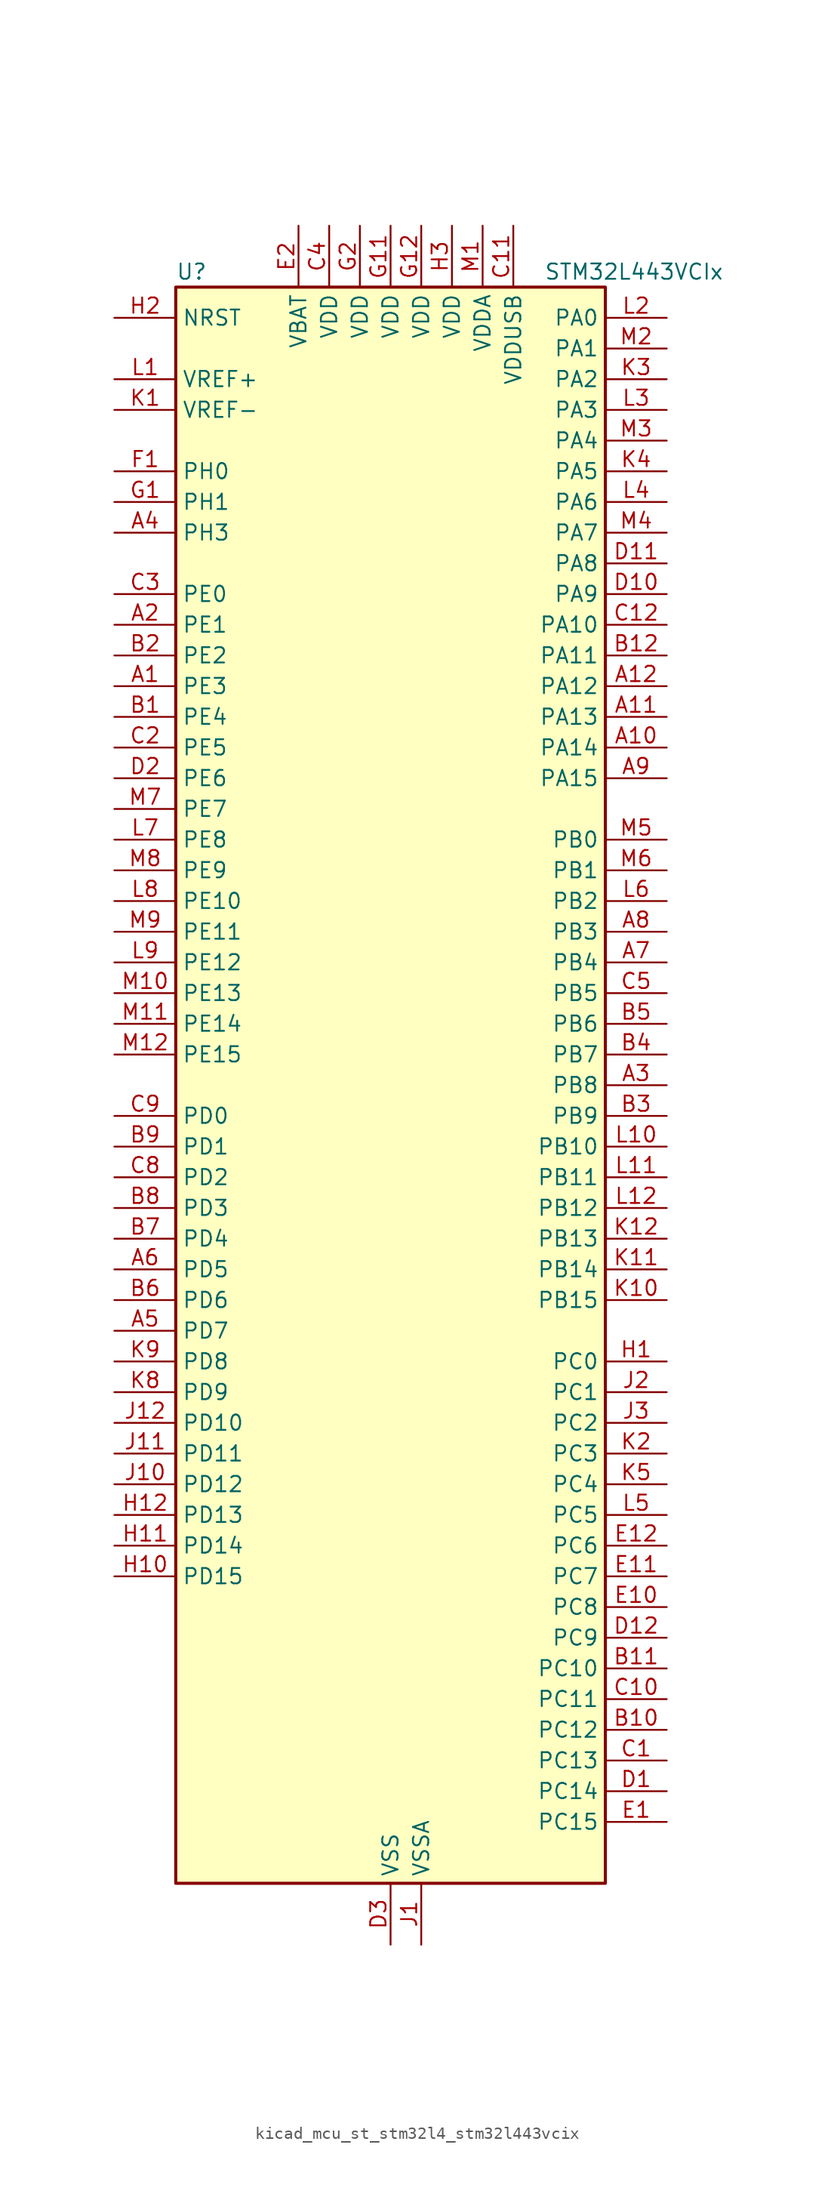
<source format=kicad_sym>
(kicad_symbol_lib
  (version 20220914)
  (generator kicad_symbol_editor)
  (symbol "kicad_mcu_st_stm32l4_stm32l443vcix"
    (property "Reference" "U"
      (at -17.78 67.31 0)
      (effects (font (size 1.27 1.27)) (justify left)))
    (property "Value" "STM32L443VCIx"
      (at 12.7 67.31 0)
      (effects (font (size 1.27 1.27)) (justify left)))
    (property "ki_locked" ""
      (at 0 0 0)
      (effects (font (size 1.27 1.27))))
    (symbol "kicad_mcu_st_stm32l4_stm32l443vcix_0_1"
      (rectangle (start -17.78 -66.04) (end 17.78 66.04) (stroke (width 0.254) (type default)) (fill (type background))))
    (symbol "kicad_mcu_st_stm32l4_stm32l443vcix_1_1"
      (pin bidirectional line (at -22.86 33.02 0) (length 5.08) (name "PE3" (effects (font (size 1.27 1.27)))) (number "A1" (effects (font (size 1.27 1.27)))) (alternate "LCD_SEG39" bidirectional line) (alternate "SAI1_SD_B" bidirectional line) (alternate "SYS_TRACED0" bidirectional line) (alternate "TSC_G7_IO2" bidirectional line))
      (pin bidirectional line (at 22.86 27.94 180) (length 5.08) (name "PA14" (effects (font (size 1.27 1.27)))) (number "A10" (effects (font (size 1.27 1.27)))) (alternate "I2C1_SMBA" bidirectional line) (alternate "LPTIM1_OUT" bidirectional line) (alternate "SAI1_FS_B" bidirectional line) (alternate "SWPMI1_RX" bidirectional line) (alternate "SYS_JTCK-SWCLK" bidirectional line))
      (pin bidirectional line (at 22.86 30.48 180) (length 5.08) (name "PA13" (effects (font (size 1.27 1.27)))) (number "A11" (effects (font (size 1.27 1.27)))) (alternate "IR_OUT" bidirectional line) (alternate "SAI1_SD_B" bidirectional line) (alternate "SWPMI1_TX" bidirectional line) (alternate "SYS_JTMS-SWDIO" bidirectional line) (alternate "USB_NOE" bidirectional line))
      (pin bidirectional line (at 22.86 33.02 180) (length 5.08) (name "PA12" (effects (font (size 1.27 1.27)))) (number "A12" (effects (font (size 1.27 1.27)))) (alternate "CAN1_TX" bidirectional line) (alternate "SPI1_MOSI" bidirectional line) (alternate "TIM1_ETR" bidirectional line) (alternate "USART1_DE" bidirectional line) (alternate "USART1_RTS" bidirectional line) (alternate "USB_DP" bidirectional line))
      (pin bidirectional line (at -22.86 38.1 0) (length 5.08) (name "PE1" (effects (font (size 1.27 1.27)))) (number "A2" (effects (font (size 1.27 1.27)))) (alternate "LCD_SEG37" bidirectional line))
      (pin bidirectional line (at 22.86 0 180) (length 5.08) (name "PB8" (effects (font (size 1.27 1.27)))) (number "A3" (effects (font (size 1.27 1.27)))) (alternate "CAN1_RX" bidirectional line) (alternate "I2C1_SCL" bidirectional line) (alternate "LCD_SEG16" bidirectional line) (alternate "SAI1_MCLK_A" bidirectional line) (alternate "SDMMC1_D4" bidirectional line) (alternate "TIM16_CH1" bidirectional line))
      (pin bidirectional line (at -22.86 45.72 0) (length 5.08) (name "PH3" (effects (font (size 1.27 1.27)))) (number "A4" (effects (font (size 1.27 1.27)))))
      (pin bidirectional line (at -22.86 -20.32 0) (length 5.08) (name "PD7" (effects (font (size 1.27 1.27)))) (number "A5" (effects (font (size 1.27 1.27)))) (alternate "QUADSPI_BK2_IO3" bidirectional line) (alternate "USART2_CK" bidirectional line))
      (pin bidirectional line (at -22.86 -15.24 0) (length 5.08) (name "PD5" (effects (font (size 1.27 1.27)))) (number "A6" (effects (font (size 1.27 1.27)))) (alternate "QUADSPI_BK2_IO1" bidirectional line) (alternate "USART2_TX" bidirectional line))
      (pin bidirectional line (at 22.86 10.16 180) (length 5.08) (name "PB4" (effects (font (size 1.27 1.27)))) (number "A7" (effects (font (size 1.27 1.27)))) (alternate "COMP2_INP" bidirectional line) (alternate "I2C3_SDA" bidirectional line) (alternate "LCD_SEG8" bidirectional line) (alternate "SAI1_MCLK_B" bidirectional line) (alternate "SPI1_MISO" bidirectional line) (alternate "SPI3_MISO" bidirectional line) (alternate "SYS_JTRST" bidirectional line) (alternate "TSC_G2_IO1" bidirectional line) (alternate "USART1_CTS" bidirectional line))
      (pin bidirectional line (at 22.86 12.7 180) (length 5.08) (name "PB3" (effects (font (size 1.27 1.27)))) (number "A8" (effects (font (size 1.27 1.27)))) (alternate "COMP2_INM" bidirectional line) (alternate "LCD_SEG7" bidirectional line) (alternate "SAI1_SCK_B" bidirectional line) (alternate "SPI1_SCK" bidirectional line) (alternate "SPI3_SCK" bidirectional line) (alternate "SYS_JTDO-SWO" bidirectional line) (alternate "TIM2_CH2" bidirectional line) (alternate "USART1_DE" bidirectional line) (alternate "USART1_RTS" bidirectional line))
      (pin bidirectional line (at 22.86 25.4 180) (length 5.08) (name "PA15" (effects (font (size 1.27 1.27)))) (number "A9" (effects (font (size 1.27 1.27)))) (alternate "ADC1_EXTI15" bidirectional line) (alternate "LCD_SEG17" bidirectional line) (alternate "SPI1_NSS" bidirectional line) (alternate "SPI3_NSS" bidirectional line) (alternate "SWPMI1_SUSPEND" bidirectional line) (alternate "SYS_JTDI" bidirectional line) (alternate "TIM2_CH1" bidirectional line) (alternate "TIM2_ETR" bidirectional line) (alternate "TSC_G3_IO1" bidirectional line) (alternate "USART2_RX" bidirectional line) (alternate "USART3_DE" bidirectional line) (alternate "USART3_RTS" bidirectional line))
      (pin bidirectional line (at -22.86 30.48 0) (length 5.08) (name "PE4" (effects (font (size 1.27 1.27)))) (number "B1" (effects (font (size 1.27 1.27)))) (alternate "SAI1_FS_A" bidirectional line) (alternate "SYS_TRACED1" bidirectional line) (alternate "TSC_G7_IO3" bidirectional line))
      (pin bidirectional line (at 22.86 -53.34 180) (length 5.08) (name "PC12" (effects (font (size 1.27 1.27)))) (number "B10" (effects (font (size 1.27 1.27)))) (alternate "LCD_COM6" bidirectional line) (alternate "LCD_SEG30" bidirectional line) (alternate "LCD_SEG42" bidirectional line) (alternate "SDMMC1_CK" bidirectional line) (alternate "SPI3_MOSI" bidirectional line) (alternate "TSC_G3_IO4" bidirectional line) (alternate "USART3_CK" bidirectional line))
      (pin bidirectional line (at 22.86 -48.26 180) (length 5.08) (name "PC10" (effects (font (size 1.27 1.27)))) (number "B11" (effects (font (size 1.27 1.27)))) (alternate "LCD_COM4" bidirectional line) (alternate "LCD_SEG28" bidirectional line) (alternate "LCD_SEG40" bidirectional line) (alternate "SDMMC1_D2" bidirectional line) (alternate "SPI3_SCK" bidirectional line) (alternate "TSC_G3_IO2" bidirectional line) (alternate "USART3_TX" bidirectional line))
      (pin bidirectional line (at 22.86 35.56 180) (length 5.08) (name "PA11" (effects (font (size 1.27 1.27)))) (number "B12" (effects (font (size 1.27 1.27)))) (alternate "ADC1_EXTI11" bidirectional line) (alternate "CAN1_RX" bidirectional line) (alternate "COMP1_OUT" bidirectional line) (alternate "SPI1_MISO" bidirectional line) (alternate "TIM1_BKIN2" bidirectional line) (alternate "TIM1_BKIN2_COMP1" bidirectional line) (alternate "TIM1_CH4" bidirectional line) (alternate "USART1_CTS" bidirectional line) (alternate "USB_DM" bidirectional line))
      (pin bidirectional line (at -22.86 35.56 0) (length 5.08) (name "PE2" (effects (font (size 1.27 1.27)))) (number "B2" (effects (font (size 1.27 1.27)))) (alternate "LCD_SEG38" bidirectional line) (alternate "SAI1_MCLK_A" bidirectional line) (alternate "SYS_TRACECLK" bidirectional line) (alternate "TSC_G7_IO1" bidirectional line))
      (pin bidirectional line (at 22.86 -2.54 180) (length 5.08) (name "PB9" (effects (font (size 1.27 1.27)))) (number "B3" (effects (font (size 1.27 1.27)))) (alternate "CAN1_TX" bidirectional line) (alternate "DAC1_EXTI9" bidirectional line) (alternate "I2C1_SDA" bidirectional line) (alternate "IR_OUT" bidirectional line) (alternate "LCD_COM3" bidirectional line) (alternate "SAI1_FS_A" bidirectional line) (alternate "SDMMC1_D5" bidirectional line) (alternate "SPI2_NSS" bidirectional line))
      (pin bidirectional line (at 22.86 2.54 180) (length 5.08) (name "PB7" (effects (font (size 1.27 1.27)))) (number "B4" (effects (font (size 1.27 1.27)))) (alternate "COMP2_INM" bidirectional line) (alternate "I2C1_SDA" bidirectional line) (alternate "LCD_SEG21" bidirectional line) (alternate "LPTIM1_IN2" bidirectional line) (alternate "SYS_PVD_IN" bidirectional line) (alternate "TSC_G2_IO4" bidirectional line) (alternate "USART1_RX" bidirectional line))
      (pin bidirectional line (at 22.86 5.08 180) (length 5.08) (name "PB6" (effects (font (size 1.27 1.27)))) (number "B5" (effects (font (size 1.27 1.27)))) (alternate "COMP2_INP" bidirectional line) (alternate "I2C1_SCL" bidirectional line) (alternate "LPTIM1_ETR" bidirectional line) (alternate "SAI1_FS_B" bidirectional line) (alternate "TIM16_CH1N" bidirectional line) (alternate "TSC_G2_IO3" bidirectional line) (alternate "USART1_TX" bidirectional line))
      (pin bidirectional line (at -22.86 -17.78 0) (length 5.08) (name "PD6" (effects (font (size 1.27 1.27)))) (number "B6" (effects (font (size 1.27 1.27)))) (alternate "QUADSPI_BK2_IO2" bidirectional line) (alternate "SAI1_SD_A" bidirectional line) (alternate "USART2_RX" bidirectional line))
      (pin bidirectional line (at -22.86 -12.7 0) (length 5.08) (name "PD4" (effects (font (size 1.27 1.27)))) (number "B7" (effects (font (size 1.27 1.27)))) (alternate "QUADSPI_BK2_IO0" bidirectional line) (alternate "SPI2_MOSI" bidirectional line) (alternate "USART2_DE" bidirectional line) (alternate "USART2_RTS" bidirectional line))
      (pin bidirectional line (at -22.86 -10.16 0) (length 5.08) (name "PD3" (effects (font (size 1.27 1.27)))) (number "B8" (effects (font (size 1.27 1.27)))) (alternate "QUADSPI_BK2_NCS" bidirectional line) (alternate "SPI2_MISO" bidirectional line) (alternate "USART2_CTS" bidirectional line))
      (pin bidirectional line (at -22.86 -5.08 0) (length 5.08) (name "PD1" (effects (font (size 1.27 1.27)))) (number "B9" (effects (font (size 1.27 1.27)))) (alternate "CAN1_TX" bidirectional line) (alternate "SPI2_SCK" bidirectional line))
      (pin bidirectional line (at 22.86 -55.88 180) (length 5.08) (name "PC13" (effects (font (size 1.27 1.27)))) (number "C1" (effects (font (size 1.27 1.27)))) (alternate "RTC_OUT_ALARM" bidirectional line) (alternate "RTC_OUT_CALIB" bidirectional line) (alternate "RTC_TAMP1" bidirectional line) (alternate "RTC_TS" bidirectional line) (alternate "SYS_WKUP2" bidirectional line))
      (pin bidirectional line (at 22.86 -50.8 180) (length 5.08) (name "PC11" (effects (font (size 1.27 1.27)))) (number "C10" (effects (font (size 1.27 1.27)))) (alternate "ADC1_EXTI11" bidirectional line) (alternate "LCD_COM5" bidirectional line) (alternate "LCD_SEG29" bidirectional line) (alternate "LCD_SEG41" bidirectional line) (alternate "SDMMC1_D3" bidirectional line) (alternate "SPI3_MISO" bidirectional line) (alternate "TSC_G3_IO3" bidirectional line) (alternate "USART3_RX" bidirectional line))
      (pin power_in line (at 10.16 71.12 270) (length 5.08) (name "VDDUSB" (effects (font (size 1.27 1.27)))) (number "C11" (effects (font (size 1.27 1.27)))))
      (pin bidirectional line (at 22.86 38.1 180) (length 5.08) (name "PA10" (effects (font (size 1.27 1.27)))) (number "C12" (effects (font (size 1.27 1.27)))) (alternate "CRS_SYNC" bidirectional line) (alternate "I2C1_SDA" bidirectional line) (alternate "LCD_COM2" bidirectional line) (alternate "SAI1_SD_A" bidirectional line) (alternate "TIM1_CH3" bidirectional line) (alternate "USART1_RX" bidirectional line))
      (pin bidirectional line (at -22.86 27.94 0) (length 5.08) (name "PE5" (effects (font (size 1.27 1.27)))) (number "C2" (effects (font (size 1.27 1.27)))) (alternate "SAI1_SCK_A" bidirectional line) (alternate "SYS_TRACED2" bidirectional line) (alternate "TSC_G7_IO4" bidirectional line))
      (pin bidirectional line (at -22.86 40.64 0) (length 5.08) (name "PE0" (effects (font (size 1.27 1.27)))) (number "C3" (effects (font (size 1.27 1.27)))) (alternate "LCD_SEG36" bidirectional line) (alternate "TIM16_CH1" bidirectional line))
      (pin power_in line (at -5.08 71.12 270) (length 5.08) (name "VDD" (effects (font (size 1.27 1.27)))) (number "C4" (effects (font (size 1.27 1.27)))))
      (pin bidirectional line (at 22.86 7.62 180) (length 5.08) (name "PB5" (effects (font (size 1.27 1.27)))) (number "C5" (effects (font (size 1.27 1.27)))) (alternate "COMP2_OUT" bidirectional line) (alternate "I2C1_SMBA" bidirectional line) (alternate "LCD_SEG9" bidirectional line) (alternate "LPTIM1_IN1" bidirectional line) (alternate "SAI1_SD_B" bidirectional line) (alternate "SPI1_MOSI" bidirectional line) (alternate "SPI3_MOSI" bidirectional line) (alternate "TIM16_BKIN" bidirectional line) (alternate "TSC_G2_IO2" bidirectional line) (alternate "USART1_CK" bidirectional line))
      (pin bidirectional line (at -22.86 -7.62 0) (length 5.08) (name "PD2" (effects (font (size 1.27 1.27)))) (number "C8" (effects (font (size 1.27 1.27)))) (alternate "LCD_COM7" bidirectional line) (alternate "LCD_SEG31" bidirectional line) (alternate "LCD_SEG43" bidirectional line) (alternate "SDMMC1_CMD" bidirectional line) (alternate "TSC_SYNC" bidirectional line) (alternate "USART3_DE" bidirectional line) (alternate "USART3_RTS" bidirectional line))
      (pin bidirectional line (at -22.86 -2.54 0) (length 5.08) (name "PD0" (effects (font (size 1.27 1.27)))) (number "C9" (effects (font (size 1.27 1.27)))) (alternate "CAN1_RX" bidirectional line) (alternate "SPI2_NSS" bidirectional line))
      (pin bidirectional line (at 22.86 -58.42 180) (length 5.08) (name "PC14" (effects (font (size 1.27 1.27)))) (number "D1" (effects (font (size 1.27 1.27)))) (alternate "RCC_OSC32_IN" bidirectional line))
      (pin bidirectional line (at 22.86 40.64 180) (length 5.08) (name "PA9" (effects (font (size 1.27 1.27)))) (number "D10" (effects (font (size 1.27 1.27)))) (alternate "DAC1_EXTI9" bidirectional line) (alternate "I2C1_SCL" bidirectional line) (alternate "LCD_COM1" bidirectional line) (alternate "SAI1_FS_A" bidirectional line) (alternate "TIM15_BKIN" bidirectional line) (alternate "TIM1_CH2" bidirectional line) (alternate "USART1_TX" bidirectional line))
      (pin bidirectional line (at 22.86 43.18 180) (length 5.08) (name "PA8" (effects (font (size 1.27 1.27)))) (number "D11" (effects (font (size 1.27 1.27)))) (alternate "LCD_COM0" bidirectional line) (alternate "LPTIM2_OUT" bidirectional line) (alternate "RCC_MCO" bidirectional line) (alternate "SAI1_SCK_A" bidirectional line) (alternate "SWPMI1_IO" bidirectional line) (alternate "TIM1_CH1" bidirectional line) (alternate "USART1_CK" bidirectional line))
      (pin bidirectional line (at 22.86 -45.72 180) (length 5.08) (name "PC9" (effects (font (size 1.27 1.27)))) (number "D12" (effects (font (size 1.27 1.27)))) (alternate "DAC1_EXTI9" bidirectional line) (alternate "LCD_SEG27" bidirectional line) (alternate "SDMMC1_D1" bidirectional line) (alternate "TSC_G4_IO4" bidirectional line) (alternate "USB_NOE" bidirectional line))
      (pin bidirectional line (at -22.86 25.4 0) (length 5.08) (name "PE6" (effects (font (size 1.27 1.27)))) (number "D2" (effects (font (size 1.27 1.27)))) (alternate "RTC_TAMP3" bidirectional line) (alternate "SAI1_SD_A" bidirectional line) (alternate "SYS_TRACED3" bidirectional line) (alternate "SYS_WKUP3" bidirectional line))
      (pin power_in line (at 0 -71.12 90) (length 5.08) (name "VSS" (effects (font (size 1.27 1.27)))) (number "D3" (effects (font (size 1.27 1.27)))))
      (pin bidirectional line (at 22.86 -60.96 180) (length 5.08) (name "PC15" (effects (font (size 1.27 1.27)))) (number "E1" (effects (font (size 1.27 1.27)))) (alternate "ADC1_EXTI15" bidirectional line) (alternate "RCC_OSC32_OUT" bidirectional line))
      (pin bidirectional line (at 22.86 -43.18 180) (length 5.08) (name "PC8" (effects (font (size 1.27 1.27)))) (number "E10" (effects (font (size 1.27 1.27)))) (alternate "LCD_SEG26" bidirectional line) (alternate "SDMMC1_D0" bidirectional line) (alternate "TSC_G4_IO3" bidirectional line))
      (pin bidirectional line (at 22.86 -40.64 180) (length 5.08) (name "PC7" (effects (font (size 1.27 1.27)))) (number "E11" (effects (font (size 1.27 1.27)))) (alternate "LCD_SEG25" bidirectional line) (alternate "SDMMC1_D7" bidirectional line) (alternate "TSC_G4_IO2" bidirectional line))
      (pin bidirectional line (at 22.86 -38.1 180) (length 5.08) (name "PC6" (effects (font (size 1.27 1.27)))) (number "E12" (effects (font (size 1.27 1.27)))) (alternate "LCD_SEG24" bidirectional line) (alternate "SDMMC1_D6" bidirectional line) (alternate "TSC_G4_IO1" bidirectional line))
      (pin power_in line (at -7.62 71.12 270) (length 5.08) (name "VBAT" (effects (font (size 1.27 1.27)))) (number "E2" (effects (font (size 1.27 1.27)))))
      (pin passive line (at 0 -71.12 90) (length 5.08) hide (name "VSS" (effects (font (size 1.27 1.27)))) (number "E3" (effects (font (size 1.27 1.27)))))
      (pin bidirectional line (at -22.86 50.8 0) (length 5.08) (name "PH0" (effects (font (size 1.27 1.27)))) (number "F1" (effects (font (size 1.27 1.27)))) (alternate "RCC_OSC_IN" bidirectional line))
      (pin passive line (at 0 -71.12 90) (length 5.08) hide (name "VSS" (effects (font (size 1.27 1.27)))) (number "F11" (effects (font (size 1.27 1.27)))))
      (pin passive line (at 0 -71.12 90) (length 5.08) hide (name "VSS" (effects (font (size 1.27 1.27)))) (number "F12" (effects (font (size 1.27 1.27)))))
      (pin passive line (at 0 -71.12 90) (length 5.08) hide (name "VSS" (effects (font (size 1.27 1.27)))) (number "F2" (effects (font (size 1.27 1.27)))))
      (pin bidirectional line (at -22.86 48.26 0) (length 5.08) (name "PH1" (effects (font (size 1.27 1.27)))) (number "G1" (effects (font (size 1.27 1.27)))) (alternate "RCC_OSC_OUT" bidirectional line))
      (pin power_in line (at 0 71.12 270) (length 5.08) (name "VDD" (effects (font (size 1.27 1.27)))) (number "G11" (effects (font (size 1.27 1.27)))))
      (pin power_in line (at 2.54 71.12 270) (length 5.08) (name "VDD" (effects (font (size 1.27 1.27)))) (number "G12" (effects (font (size 1.27 1.27)))))
      (pin power_in line (at -2.54 71.12 270) (length 5.08) (name "VDD" (effects (font (size 1.27 1.27)))) (number "G2" (effects (font (size 1.27 1.27)))))
      (pin bidirectional line (at 22.86 -22.86 180) (length 5.08) (name "PC0" (effects (font (size 1.27 1.27)))) (number "H1" (effects (font (size 1.27 1.27)))) (alternate "ADC1_IN1" bidirectional line) (alternate "I2C3_SCL" bidirectional line) (alternate "LCD_SEG18" bidirectional line) (alternate "LPTIM1_IN1" bidirectional line) (alternate "LPTIM2_IN1" bidirectional line) (alternate "LPUART1_RX" bidirectional line))
      (pin bidirectional line (at -22.86 -40.64 0) (length 5.08) (name "PD15" (effects (font (size 1.27 1.27)))) (number "H10" (effects (font (size 1.27 1.27)))) (alternate "ADC1_EXTI15" bidirectional line) (alternate "LCD_SEG35" bidirectional line))
      (pin bidirectional line (at -22.86 -38.1 0) (length 5.08) (name "PD14" (effects (font (size 1.27 1.27)))) (number "H11" (effects (font (size 1.27 1.27)))) (alternate "LCD_SEG34" bidirectional line))
      (pin bidirectional line (at -22.86 -35.56 0) (length 5.08) (name "PD13" (effects (font (size 1.27 1.27)))) (number "H12" (effects (font (size 1.27 1.27)))) (alternate "LCD_SEG33" bidirectional line) (alternate "LPTIM2_OUT" bidirectional line) (alternate "TSC_G6_IO4" bidirectional line))
      (pin input line (at -22.86 63.5 0) (length 5.08) (name "NRST" (effects (font (size 1.27 1.27)))) (number "H2" (effects (font (size 1.27 1.27)))))
      (pin power_in line (at 5.08 71.12 270) (length 5.08) (name "VDD" (effects (font (size 1.27 1.27)))) (number "H3" (effects (font (size 1.27 1.27)))))
      (pin power_in line (at 2.54 -71.12 90) (length 5.08) (name "VSSA" (effects (font (size 1.27 1.27)))) (number "J1" (effects (font (size 1.27 1.27)))))
      (pin bidirectional line (at -22.86 -33.02 0) (length 5.08) (name "PD12" (effects (font (size 1.27 1.27)))) (number "J10" (effects (font (size 1.27 1.27)))) (alternate "LCD_SEG32" bidirectional line) (alternate "LPTIM2_IN1" bidirectional line) (alternate "TSC_G6_IO3" bidirectional line) (alternate "USART3_DE" bidirectional line) (alternate "USART3_RTS" bidirectional line))
      (pin bidirectional line (at -22.86 -30.48 0) (length 5.08) (name "PD11" (effects (font (size 1.27 1.27)))) (number "J11" (effects (font (size 1.27 1.27)))) (alternate "ADC1_EXTI11" bidirectional line) (alternate "LCD_SEG31" bidirectional line) (alternate "LPTIM2_ETR" bidirectional line) (alternate "TSC_G6_IO2" bidirectional line) (alternate "USART3_CTS" bidirectional line))
      (pin bidirectional line (at -22.86 -27.94 0) (length 5.08) (name "PD10" (effects (font (size 1.27 1.27)))) (number "J12" (effects (font (size 1.27 1.27)))) (alternate "LCD_SEG30" bidirectional line) (alternate "TSC_G6_IO1" bidirectional line) (alternate "USART3_CK" bidirectional line))
      (pin bidirectional line (at 22.86 -25.4 180) (length 5.08) (name "PC1" (effects (font (size 1.27 1.27)))) (number "J2" (effects (font (size 1.27 1.27)))) (alternate "ADC1_IN2" bidirectional line) (alternate "I2C3_SDA" bidirectional line) (alternate "LCD_SEG19" bidirectional line) (alternate "LPTIM1_OUT" bidirectional line) (alternate "LPUART1_TX" bidirectional line))
      (pin bidirectional line (at 22.86 -27.94 180) (length 5.08) (name "PC2" (effects (font (size 1.27 1.27)))) (number "J3" (effects (font (size 1.27 1.27)))) (alternate "ADC1_IN3" bidirectional line) (alternate "LCD_SEG20" bidirectional line) (alternate "LPTIM1_IN2" bidirectional line) (alternate "SPI2_MISO" bidirectional line))
      (pin input line (at -22.86 55.88 0) (length 5.08) (name "VREF-" (effects (font (size 1.27 1.27)))) (number "K1" (effects (font (size 1.27 1.27)))))
      (pin bidirectional line (at 22.86 -17.78 180) (length 5.08) (name "PB15" (effects (font (size 1.27 1.27)))) (number "K10" (effects (font (size 1.27 1.27)))) (alternate "ADC1_EXTI15" bidirectional line) (alternate "LCD_SEG15" bidirectional line) (alternate "RTC_REFIN" bidirectional line) (alternate "SAI1_SD_A" bidirectional line) (alternate "SPI2_MOSI" bidirectional line) (alternate "SWPMI1_SUSPEND" bidirectional line) (alternate "TIM15_CH2" bidirectional line) (alternate "TIM1_CH3N" bidirectional line) (alternate "TSC_G1_IO4" bidirectional line))
      (pin bidirectional line (at 22.86 -15.24 180) (length 5.08) (name "PB14" (effects (font (size 1.27 1.27)))) (number "K11" (effects (font (size 1.27 1.27)))) (alternate "I2C2_SDA" bidirectional line) (alternate "LCD_SEG14" bidirectional line) (alternate "SAI1_MCLK_A" bidirectional line) (alternate "SPI2_MISO" bidirectional line) (alternate "SWPMI1_RX" bidirectional line) (alternate "TIM15_CH1" bidirectional line) (alternate "TIM1_CH2N" bidirectional line) (alternate "TSC_G1_IO3" bidirectional line) (alternate "USART3_DE" bidirectional line) (alternate "USART3_RTS" bidirectional line))
      (pin bidirectional line (at 22.86 -12.7 180) (length 5.08) (name "PB13" (effects (font (size 1.27 1.27)))) (number "K12" (effects (font (size 1.27 1.27)))) (alternate "I2C2_SCL" bidirectional line) (alternate "LCD_SEG13" bidirectional line) (alternate "LPUART1_CTS" bidirectional line) (alternate "SAI1_SCK_A" bidirectional line) (alternate "SPI2_SCK" bidirectional line) (alternate "SWPMI1_TX" bidirectional line) (alternate "TIM15_CH1N" bidirectional line) (alternate "TIM1_CH1N" bidirectional line) (alternate "TSC_G1_IO2" bidirectional line) (alternate "USART3_CTS" bidirectional line))
      (pin bidirectional line (at 22.86 -30.48 180) (length 5.08) (name "PC3" (effects (font (size 1.27 1.27)))) (number "K2" (effects (font (size 1.27 1.27)))) (alternate "ADC1_IN4" bidirectional line) (alternate "LCD_VLCD" bidirectional line) (alternate "LPTIM1_ETR" bidirectional line) (alternate "LPTIM2_ETR" bidirectional line) (alternate "SAI1_SD_A" bidirectional line) (alternate "SPI2_MOSI" bidirectional line))
      (pin bidirectional line (at 22.86 58.42 180) (length 5.08) (name "PA2" (effects (font (size 1.27 1.27)))) (number "K3" (effects (font (size 1.27 1.27)))) (alternate "ADC1_IN7" bidirectional line) (alternate "COMP2_INM" bidirectional line) (alternate "COMP2_OUT" bidirectional line) (alternate "LCD_SEG1" bidirectional line) (alternate "LPUART1_TX" bidirectional line) (alternate "QUADSPI_BK1_NCS" bidirectional line) (alternate "RCC_LSCO" bidirectional line) (alternate "SYS_WKUP4" bidirectional line) (alternate "TIM15_CH1" bidirectional line) (alternate "TIM2_CH3" bidirectional line) (alternate "USART2_TX" bidirectional line))
      (pin bidirectional line (at 22.86 50.8 180) (length 5.08) (name "PA5" (effects (font (size 1.27 1.27)))) (number "K4" (effects (font (size 1.27 1.27)))) (alternate "ADC1_IN10" bidirectional line) (alternate "COMP1_INM" bidirectional line) (alternate "COMP2_INM" bidirectional line) (alternate "DAC1_OUT2" bidirectional line) (alternate "LPTIM2_ETR" bidirectional line) (alternate "SPI1_SCK" bidirectional line) (alternate "TIM2_CH1" bidirectional line) (alternate "TIM2_ETR" bidirectional line))
      (pin bidirectional line (at 22.86 -33.02 180) (length 5.08) (name "PC4" (effects (font (size 1.27 1.27)))) (number "K5" (effects (font (size 1.27 1.27)))) (alternate "ADC1_IN13" bidirectional line) (alternate "COMP1_INM" bidirectional line) (alternate "LCD_SEG22" bidirectional line) (alternate "USART3_TX" bidirectional line))
      (pin bidirectional line (at -22.86 -25.4 0) (length 5.08) (name "PD9" (effects (font (size 1.27 1.27)))) (number "K8" (effects (font (size 1.27 1.27)))) (alternate "DAC1_EXTI9" bidirectional line) (alternate "LCD_SEG29" bidirectional line) (alternate "USART3_RX" bidirectional line))
      (pin bidirectional line (at -22.86 -22.86 0) (length 5.08) (name "PD8" (effects (font (size 1.27 1.27)))) (number "K9" (effects (font (size 1.27 1.27)))) (alternate "LCD_SEG28" bidirectional line) (alternate "USART3_TX" bidirectional line))
      (pin input line (at -22.86 58.42 0) (length 5.08) (name "VREF+" (effects (font (size 1.27 1.27)))) (number "L1" (effects (font (size 1.27 1.27)))) (alternate "VREFBUF_OUT" bidirectional line))
      (pin bidirectional line (at 22.86 -5.08 180) (length 5.08) (name "PB10" (effects (font (size 1.27 1.27)))) (number "L10" (effects (font (size 1.27 1.27)))) (alternate "COMP1_OUT" bidirectional line) (alternate "I2C2_SCL" bidirectional line) (alternate "LCD_SEG10" bidirectional line) (alternate "LPUART1_RX" bidirectional line) (alternate "QUADSPI_CLK" bidirectional line) (alternate "SAI1_SCK_A" bidirectional line) (alternate "SPI2_SCK" bidirectional line) (alternate "TIM2_CH3" bidirectional line) (alternate "TSC_SYNC" bidirectional line) (alternate "USART3_TX" bidirectional line))
      (pin bidirectional line (at 22.86 -7.62 180) (length 5.08) (name "PB11" (effects (font (size 1.27 1.27)))) (number "L11" (effects (font (size 1.27 1.27)))) (alternate "ADC1_EXTI11" bidirectional line) (alternate "COMP2_OUT" bidirectional line) (alternate "I2C2_SDA" bidirectional line) (alternate "LCD_SEG11" bidirectional line) (alternate "LPUART1_TX" bidirectional line) (alternate "QUADSPI_BK1_NCS" bidirectional line) (alternate "TIM2_CH4" bidirectional line) (alternate "USART3_RX" bidirectional line))
      (pin bidirectional line (at 22.86 -10.16 180) (length 5.08) (name "PB12" (effects (font (size 1.27 1.27)))) (number "L12" (effects (font (size 1.27 1.27)))) (alternate "I2C2_SMBA" bidirectional line) (alternate "LCD_SEG12" bidirectional line) (alternate "LPUART1_DE" bidirectional line) (alternate "LPUART1_RTS" bidirectional line) (alternate "SAI1_FS_A" bidirectional line) (alternate "SPI2_NSS" bidirectional line) (alternate "SWPMI1_IO" bidirectional line) (alternate "TIM15_BKIN" bidirectional line) (alternate "TIM1_BKIN" bidirectional line) (alternate "TIM1_BKIN_COMP2" bidirectional line) (alternate "TSC_G1_IO1" bidirectional line) (alternate "USART3_CK" bidirectional line))
      (pin bidirectional line (at 22.86 63.5 180) (length 5.08) (name "PA0" (effects (font (size 1.27 1.27)))) (number "L2" (effects (font (size 1.27 1.27)))) (alternate "ADC1_IN5" bidirectional line) (alternate "COMP1_INM" bidirectional line) (alternate "COMP1_OUT" bidirectional line) (alternate "OPAMP1_VINP" bidirectional line) (alternate "RTC_TAMP2" bidirectional line) (alternate "SAI1_EXTCLK" bidirectional line) (alternate "SYS_WKUP1" bidirectional line) (alternate "TIM2_CH1" bidirectional line) (alternate "TIM2_ETR" bidirectional line) (alternate "USART2_CTS" bidirectional line))
      (pin bidirectional line (at 22.86 55.88 180) (length 5.08) (name "PA3" (effects (font (size 1.27 1.27)))) (number "L3" (effects (font (size 1.27 1.27)))) (alternate "ADC1_IN8" bidirectional line) (alternate "COMP2_INP" bidirectional line) (alternate "LCD_SEG2" bidirectional line) (alternate "LPUART1_RX" bidirectional line) (alternate "OPAMP1_VOUT" bidirectional line) (alternate "QUADSPI_CLK" bidirectional line) (alternate "SAI1_MCLK_A" bidirectional line) (alternate "TIM15_CH2" bidirectional line) (alternate "TIM2_CH4" bidirectional line) (alternate "USART2_RX" bidirectional line))
      (pin bidirectional line (at 22.86 48.26 180) (length 5.08) (name "PA6" (effects (font (size 1.27 1.27)))) (number "L4" (effects (font (size 1.27 1.27)))) (alternate "ADC1_IN11" bidirectional line) (alternate "COMP1_OUT" bidirectional line) (alternate "LCD_SEG3" bidirectional line) (alternate "LPUART1_CTS" bidirectional line) (alternate "QUADSPI_BK1_IO3" bidirectional line) (alternate "SPI1_MISO" bidirectional line) (alternate "TIM16_CH1" bidirectional line) (alternate "TIM1_BKIN" bidirectional line) (alternate "TIM1_BKIN_COMP2" bidirectional line) (alternate "USART3_CTS" bidirectional line))
      (pin bidirectional line (at 22.86 -35.56 180) (length 5.08) (name "PC5" (effects (font (size 1.27 1.27)))) (number "L5" (effects (font (size 1.27 1.27)))) (alternate "ADC1_IN14" bidirectional line) (alternate "COMP1_INP" bidirectional line) (alternate "LCD_SEG23" bidirectional line) (alternate "SYS_WKUP5" bidirectional line) (alternate "USART3_RX" bidirectional line))
      (pin bidirectional line (at 22.86 15.24 180) (length 5.08) (name "PB2" (effects (font (size 1.27 1.27)))) (number "L6" (effects (font (size 1.27 1.27)))) (alternate "COMP1_INP" bidirectional line) (alternate "I2C3_SMBA" bidirectional line) (alternate "LCD_VLCD" bidirectional line) (alternate "LPTIM1_OUT" bidirectional line) (alternate "RTC_OUT_ALARM" bidirectional line) (alternate "RTC_OUT_CALIB" bidirectional line))
      (pin bidirectional line (at -22.86 20.32 0) (length 5.08) (name "PE8" (effects (font (size 1.27 1.27)))) (number "L7" (effects (font (size 1.27 1.27)))) (alternate "SAI1_SCK_B" bidirectional line) (alternate "TIM1_CH1N" bidirectional line))
      (pin bidirectional line (at -22.86 15.24 0) (length 5.08) (name "PE10" (effects (font (size 1.27 1.27)))) (number "L8" (effects (font (size 1.27 1.27)))) (alternate "QUADSPI_CLK" bidirectional line) (alternate "SAI1_MCLK_B" bidirectional line) (alternate "TIM1_CH2N" bidirectional line) (alternate "TSC_G5_IO1" bidirectional line))
      (pin bidirectional line (at -22.86 10.16 0) (length 5.08) (name "PE12" (effects (font (size 1.27 1.27)))) (number "L9" (effects (font (size 1.27 1.27)))) (alternate "QUADSPI_BK1_IO0" bidirectional line) (alternate "SPI1_NSS" bidirectional line) (alternate "TIM1_CH3N" bidirectional line) (alternate "TSC_G5_IO3" bidirectional line))
      (pin power_in line (at 7.62 71.12 270) (length 5.08) (name "VDDA" (effects (font (size 1.27 1.27)))) (number "M1" (effects (font (size 1.27 1.27)))))
      (pin bidirectional line (at -22.86 7.62 0) (length 5.08) (name "PE13" (effects (font (size 1.27 1.27)))) (number "M10" (effects (font (size 1.27 1.27)))) (alternate "QUADSPI_BK1_IO1" bidirectional line) (alternate "SPI1_SCK" bidirectional line) (alternate "TIM1_CH3" bidirectional line) (alternate "TSC_G5_IO4" bidirectional line))
      (pin bidirectional line (at -22.86 5.08 0) (length 5.08) (name "PE14" (effects (font (size 1.27 1.27)))) (number "M11" (effects (font (size 1.27 1.27)))) (alternate "QUADSPI_BK1_IO2" bidirectional line) (alternate "SPI1_MISO" bidirectional line) (alternate "TIM1_BKIN2" bidirectional line) (alternate "TIM1_BKIN2_COMP2" bidirectional line) (alternate "TIM1_CH4" bidirectional line))
      (pin bidirectional line (at -22.86 2.54 0) (length 5.08) (name "PE15" (effects (font (size 1.27 1.27)))) (number "M12" (effects (font (size 1.27 1.27)))) (alternate "ADC1_EXTI15" bidirectional line) (alternate "QUADSPI_BK1_IO3" bidirectional line) (alternate "SPI1_MOSI" bidirectional line) (alternate "TIM1_BKIN" bidirectional line) (alternate "TIM1_BKIN_COMP1" bidirectional line))
      (pin bidirectional line (at 22.86 60.96 180) (length 5.08) (name "PA1" (effects (font (size 1.27 1.27)))) (number "M2" (effects (font (size 1.27 1.27)))) (alternate "ADC1_IN6" bidirectional line) (alternate "COMP1_INP" bidirectional line) (alternate "I2C1_SMBA" bidirectional line) (alternate "LCD_SEG0" bidirectional line) (alternate "OPAMP1_VINM" bidirectional line) (alternate "SPI1_SCK" bidirectional line) (alternate "TIM15_CH1N" bidirectional line) (alternate "TIM2_CH2" bidirectional line) (alternate "USART2_DE" bidirectional line) (alternate "USART2_RTS" bidirectional line))
      (pin bidirectional line (at 22.86 53.34 180) (length 5.08) (name "PA4" (effects (font (size 1.27 1.27)))) (number "M3" (effects (font (size 1.27 1.27)))) (alternate "ADC1_IN9" bidirectional line) (alternate "COMP1_INM" bidirectional line) (alternate "COMP2_INM" bidirectional line) (alternate "DAC1_OUT1" bidirectional line) (alternate "LPTIM2_OUT" bidirectional line) (alternate "SAI1_FS_B" bidirectional line) (alternate "SPI1_NSS" bidirectional line) (alternate "SPI3_NSS" bidirectional line) (alternate "USART2_CK" bidirectional line))
      (pin bidirectional line (at 22.86 45.72 180) (length 5.08) (name "PA7" (effects (font (size 1.27 1.27)))) (number "M4" (effects (font (size 1.27 1.27)))) (alternate "ADC1_IN12" bidirectional line) (alternate "COMP2_OUT" bidirectional line) (alternate "I2C3_SCL" bidirectional line) (alternate "LCD_SEG4" bidirectional line) (alternate "QUADSPI_BK1_IO2" bidirectional line) (alternate "SPI1_MOSI" bidirectional line) (alternate "TIM1_CH1N" bidirectional line))
      (pin bidirectional line (at 22.86 20.32 180) (length 5.08) (name "PB0" (effects (font (size 1.27 1.27)))) (number "M5" (effects (font (size 1.27 1.27)))) (alternate "ADC1_IN15" bidirectional line) (alternate "COMP1_OUT" bidirectional line) (alternate "LCD_SEG5" bidirectional line) (alternate "QUADSPI_BK1_IO1" bidirectional line) (alternate "SAI1_EXTCLK" bidirectional line) (alternate "SPI1_NSS" bidirectional line) (alternate "TIM1_CH2N" bidirectional line) (alternate "USART3_CK" bidirectional line))
      (pin bidirectional line (at 22.86 17.78 180) (length 5.08) (name "PB1" (effects (font (size 1.27 1.27)))) (number "M6" (effects (font (size 1.27 1.27)))) (alternate "ADC1_IN16" bidirectional line) (alternate "COMP1_INM" bidirectional line) (alternate "LCD_SEG6" bidirectional line) (alternate "LPTIM2_IN1" bidirectional line) (alternate "LPUART1_DE" bidirectional line) (alternate "LPUART1_RTS" bidirectional line) (alternate "QUADSPI_BK1_IO0" bidirectional line) (alternate "TIM1_CH3N" bidirectional line) (alternate "USART3_DE" bidirectional line) (alternate "USART3_RTS" bidirectional line))
      (pin bidirectional line (at -22.86 22.86 0) (length 5.08) (name "PE7" (effects (font (size 1.27 1.27)))) (number "M7" (effects (font (size 1.27 1.27)))) (alternate "SAI1_SD_B" bidirectional line) (alternate "TIM1_ETR" bidirectional line))
      (pin bidirectional line (at -22.86 17.78 0) (length 5.08) (name "PE9" (effects (font (size 1.27 1.27)))) (number "M8" (effects (font (size 1.27 1.27)))) (alternate "DAC1_EXTI9" bidirectional line) (alternate "SAI1_FS_B" bidirectional line) (alternate "TIM1_CH1" bidirectional line))
      (pin bidirectional line (at -22.86 12.7 0) (length 5.08) (name "PE11" (effects (font (size 1.27 1.27)))) (number "M9" (effects (font (size 1.27 1.27)))) (alternate "ADC1_EXTI11" bidirectional line) (alternate "QUADSPI_BK1_NCS" bidirectional line) (alternate "TIM1_CH2" bidirectional line) (alternate "TSC_G5_IO2" bidirectional line)))))
</source>
